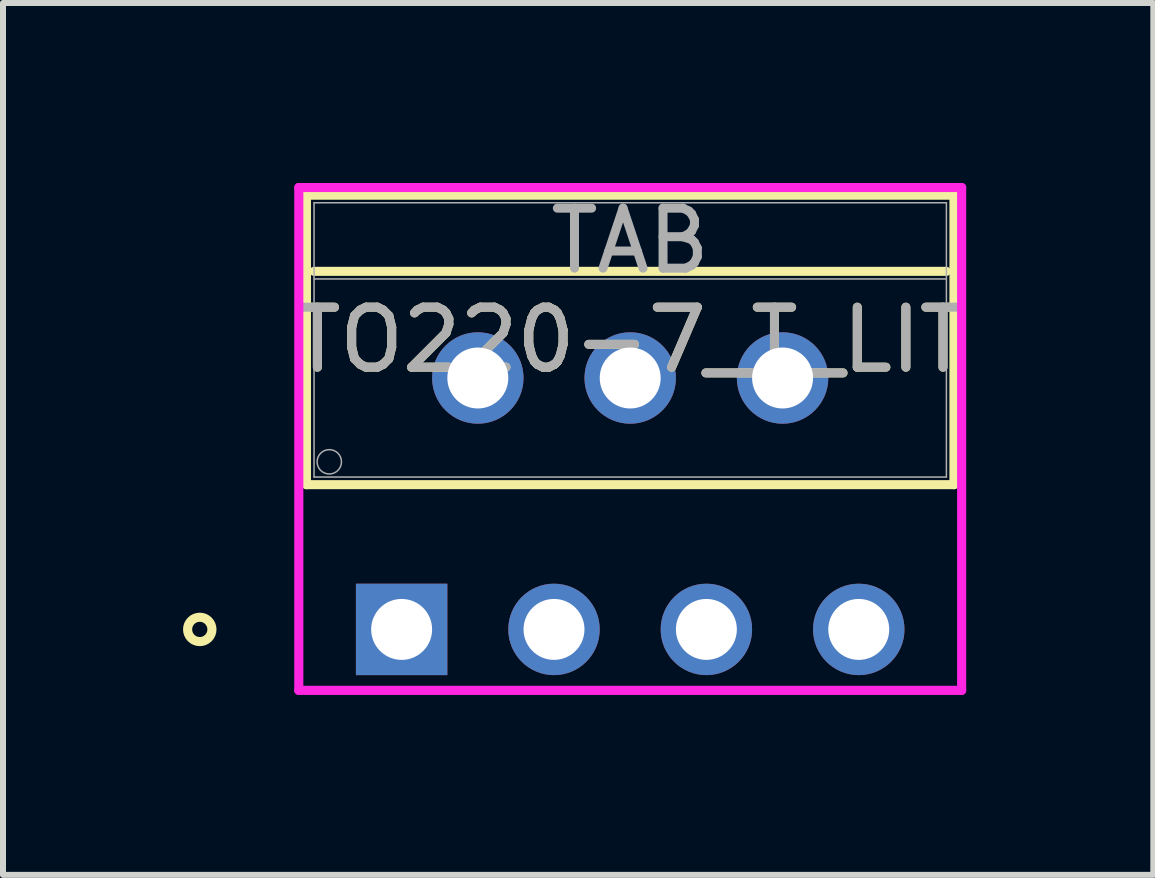
<source format=kicad_pcb>
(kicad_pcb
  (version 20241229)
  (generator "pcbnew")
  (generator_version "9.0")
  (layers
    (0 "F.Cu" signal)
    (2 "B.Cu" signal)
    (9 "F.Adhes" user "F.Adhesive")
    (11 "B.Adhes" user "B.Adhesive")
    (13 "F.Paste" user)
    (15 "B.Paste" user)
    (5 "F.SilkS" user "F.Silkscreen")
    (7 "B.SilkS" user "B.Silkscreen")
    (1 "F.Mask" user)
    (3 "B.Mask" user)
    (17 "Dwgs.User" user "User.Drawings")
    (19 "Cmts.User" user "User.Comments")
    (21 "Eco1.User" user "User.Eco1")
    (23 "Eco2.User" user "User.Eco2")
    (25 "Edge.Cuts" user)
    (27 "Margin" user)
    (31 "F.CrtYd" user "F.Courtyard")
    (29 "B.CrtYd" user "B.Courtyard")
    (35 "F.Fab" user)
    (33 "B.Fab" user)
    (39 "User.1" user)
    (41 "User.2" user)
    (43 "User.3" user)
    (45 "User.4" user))
  (footprint "TO220-7_T_LIT"
    (layer "F.Cu")
    (at 3.645 7.442)
    (property "Reference" "TO220-7_T_LIT" (at 3.81 -4.826 0) (unlocked yes) (layer "F.SilkS") (effects (font (size 1 1) (thickness 0.15))))
    (attr through_hole)
    (fp_line (start -1.587 -7.239) (end -1.587 -2.413) (stroke (width 0.152) (type solid)) (layer "F.SilkS"))
    (fp_line (start -1.587 -2.413) (end 9.207 -2.413) (stroke (width 0.152) (type solid)) (layer "F.SilkS"))
    (fp_line (start -1.46 -5.969) (end 9.081 -5.969) (stroke (width 0.152) (type solid)) (layer "F.SilkS"))
    (fp_line (start 9.207 -7.239) (end -1.587 -7.239) (stroke (width 0.152) (type solid)) (layer "F.SilkS"))
    (fp_line (start 9.207 -2.413) (end 9.207 -7.239) (stroke (width 0.152) (type solid)) (layer "F.SilkS"))
    (fp_circle (center -3.365 0) (end -3.162 0) (stroke (width 0.152) (type solid)) (fill no) (layer "F.SilkS"))
    (fp_line (start -1.714 -7.366) (end -1.714 1.016) (stroke (width 0.152) (type solid)) (layer "F.CrtYd"))
    (fp_line (start -1.714 1.016) (end 9.335 1.016) (stroke (width 0.152) (type solid)) (layer "F.CrtYd"))
    (fp_line (start 9.335 -7.366) (end -1.714 -7.366) (stroke (width 0.152) (type solid)) (layer "F.CrtYd"))
    (fp_line (start 9.335 1.016) (end 9.335 -7.366) (stroke (width 0.152) (type solid)) (layer "F.CrtYd"))
    (fp_line (start -1.46 -7.112) (end -1.46 -2.54) (stroke (width 0.025) (type solid)) (layer "F.Fab"))
    (fp_line (start -1.46 -5.842) (end 9.081 -5.842) (stroke (width 0.025) (type solid)) (layer "F.Fab"))
    (fp_line (start -1.46 -2.54) (end 9.081 -2.54) (stroke (width 0.025) (type solid)) (layer "F.Fab"))
    (fp_line (start 9.081 -7.112) (end -1.46 -7.112) (stroke (width 0.025) (type solid)) (layer "F.Fab"))
    (fp_line (start 9.081 -2.54) (end 9.081 -7.112) (stroke (width 0.025) (type solid)) (layer "F.Fab"))
    (fp_circle (center -1.206 -2.794) (end -1.003 -2.794) (stroke (width 0.025) (type solid)) (fill no) (layer "F.Fab"))
    (fp_text user "TAB" (at 3.81 -6.477 0) (unlocked yes) (layer "F.Fab") (effects (font (size 1 1) (thickness 0.15))))
    (fp_text user "${REFERENCE}" (at 3.81 -4.826 0) (unlocked yes) (layer "F.Fab") (effects (font (size 1 1) (thickness 0.15))))
    (pad "1" thru_hole rect (at 0 0) (size 1.524 1.524) (drill 1.016) (layers "*.Cu" "*.Mask"))
    (pad "2" thru_hole circle (at 1.27 -4.191) (size 1.524 1.524) (drill 1.016) (layers "*.Cu" "*.Mask"))
    (pad "3" thru_hole circle (at 2.54 0) (size 1.524 1.524) (drill 1.016) (layers "*.Cu" "*.Mask"))
    (pad "4" thru_hole circle (at 3.81 -4.191) (size 1.524 1.524) (drill 1.016) (layers "*.Cu" "*.Mask"))
    (pad "5" thru_hole circle (at 5.08 0) (size 1.524 1.524) (drill 1.016) (layers "*.Cu" "*.Mask"))
    (pad "6" thru_hole circle (at 6.35 -4.191) (size 1.524 1.524) (drill 1.016) (layers "*.Cu" "*.Mask"))
    (pad "7" thru_hole circle (at 7.62 0) (size 1.524 1.524) (drill 1.016) (layers "*.Cu" "*.Mask")))
  (gr_rect
    (start -3 -3)
    (end 16.175 11.534)
    (stroke (width 0.1) (type default))
    (fill no)
    (layer "Edge.Cuts")))
</source>
